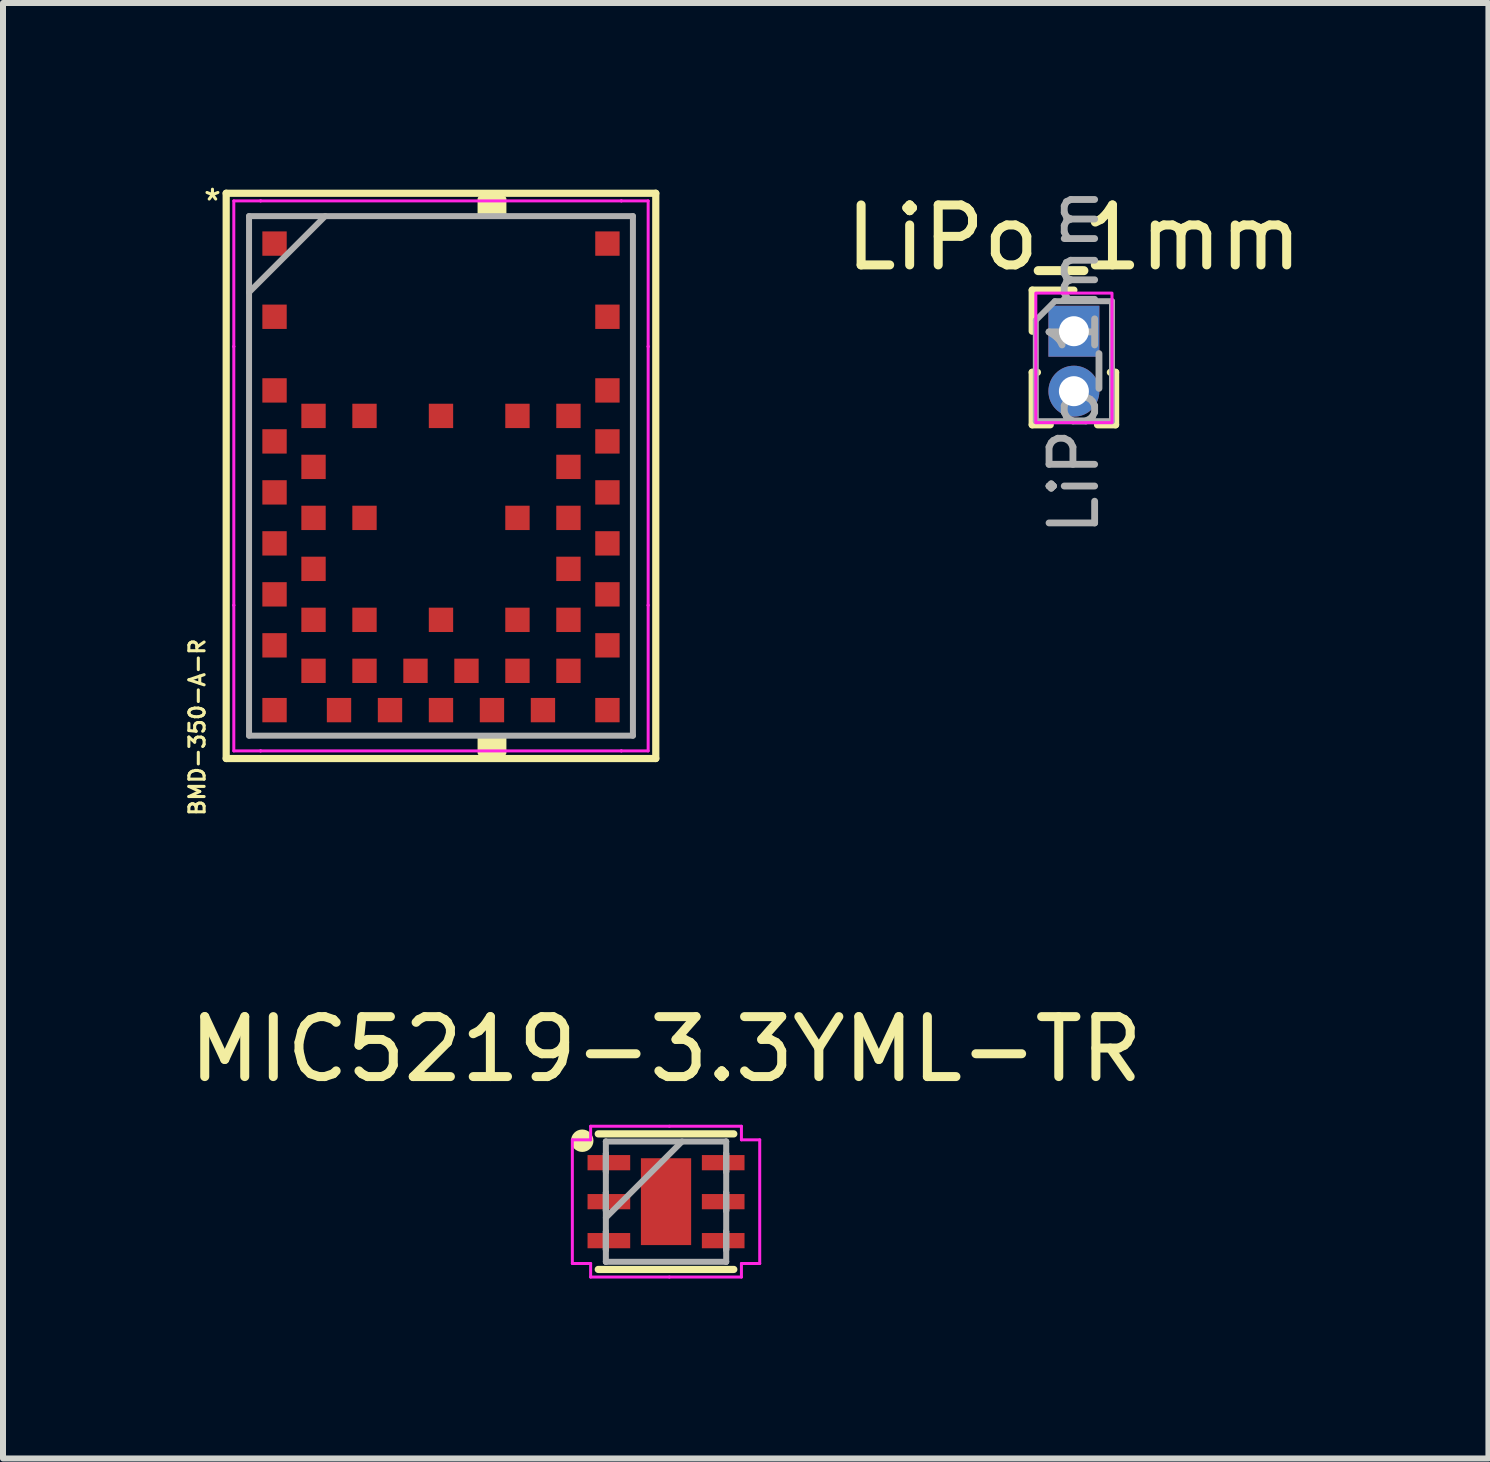
<source format=kicad_pcb>
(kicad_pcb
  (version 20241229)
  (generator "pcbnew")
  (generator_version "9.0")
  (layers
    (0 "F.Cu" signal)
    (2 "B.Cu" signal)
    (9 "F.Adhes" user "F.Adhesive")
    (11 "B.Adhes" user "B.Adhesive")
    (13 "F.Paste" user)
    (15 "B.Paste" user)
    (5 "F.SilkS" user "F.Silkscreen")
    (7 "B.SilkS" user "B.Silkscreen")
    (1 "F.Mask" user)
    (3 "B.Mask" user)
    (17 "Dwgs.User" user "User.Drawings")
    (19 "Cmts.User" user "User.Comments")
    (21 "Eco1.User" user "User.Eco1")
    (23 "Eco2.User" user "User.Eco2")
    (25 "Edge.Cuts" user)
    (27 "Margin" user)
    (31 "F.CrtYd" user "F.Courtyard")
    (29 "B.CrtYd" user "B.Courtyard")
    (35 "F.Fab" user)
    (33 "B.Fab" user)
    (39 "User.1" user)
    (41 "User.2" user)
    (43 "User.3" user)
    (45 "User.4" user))
  (footprint "LiPo_1mm"
    (layer "F.Cu")
    (at 14.854 2.472)
    (property "Reference" "LiPo_1mm" (at 0 -1.56 0) (layer "F.SilkS") (effects (font (size 1 1) (thickness 0.15))))
    (attr through_hole)
    (fp_line (start -0.695 -0.685) (end 0 -0.685) (stroke (width 0.12) (type solid)) (layer "F.SilkS"))
    (fp_line (start -0.695 0) (end -0.695 -0.685) (stroke (width 0.12) (type solid)) (layer "F.SilkS"))
    (fp_line (start -0.695 0.685) (end -0.695 1.56) (stroke (width 0.12) (type solid)) (layer "F.SilkS"))
    (fp_line (start -0.695 0.685) (end -0.608 0.685) (stroke (width 0.12) (type solid)) (layer "F.SilkS"))
    (fp_line (start -0.695 1.56) (end -0.394 1.56) (stroke (width 0.12) (type solid)) (layer "F.SilkS"))
    (fp_line (start 0.394 1.56) (end 0.695 1.56) (stroke (width 0.12) (type solid)) (layer "F.SilkS"))
    (fp_line (start 0.608 0.685) (end 0.695 0.685) (stroke (width 0.12) (type solid)) (layer "F.SilkS"))
    (fp_line (start 0.695 0.685) (end 0.695 1.56) (stroke (width 0.12) (type solid)) (layer "F.SilkS"))
    (fp_rect (start -0.635 -0.635) (end 0.635 1.524) (stroke (width 0.05) (type solid)) (fill no) (layer "F.CrtYd"))
    (fp_line (start -0.635 -0.182) (end -0.318 -0.5) (stroke (width 0.1) (type solid)) (layer "F.Fab"))
    (fp_line (start -0.635 1.5) (end -0.635 -0.182) (stroke (width 0.1) (type solid)) (layer "F.Fab"))
    (fp_line (start -0.318 -0.5) (end 0.635 -0.5) (stroke (width 0.1) (type solid)) (layer "F.Fab"))
    (fp_line (start 0.635 -0.5) (end 0.635 1.5) (stroke (width 0.1) (type solid)) (layer "F.Fab"))
    (fp_line (start 0.635 1.5) (end -0.635 1.5) (stroke (width 0.1) (type solid)) (layer "F.Fab"))
    (fp_text user "${REFERENCE}" (at 0 0.5 90) (layer "F.Fab") (effects (font (size 0.76 0.76) (thickness 0.114))))
    (pad "1" thru_hole rect (at 0 0) (size 0.85 0.85) (drill 0.5) (layers "*.Cu" "*.Mask"))
    (pad "2" thru_hole oval (at 0 1) (size 0.85 0.85) (drill 0.5) (layers "*.Cu" "*.Mask")))
  (footprint "BMD-350-A-R"
    (layer "F.Cu")
    (at 4.302 4.884)
    (property "Reference" "BMD-350-A-R" (at -4.064 4.191 270) (layer "F.SilkS") (effects (font (size 0.254 0.254) (thickness 0.051))))
    (attr smd)
    (fp_line (start -3.581 -4.712) (end -3.581 4.712) (stroke (width 0.12) (type solid)) (layer "F.SilkS"))
    (fp_line (start -3.581 4.712) (end 3.581 4.712) (stroke (width 0.12) (type solid)) (layer "F.SilkS"))
    (fp_line (start 3.581 -4.712) (end -3.581 -4.712) (stroke (width 0.12) (type solid)) (layer "F.SilkS"))
    (fp_line (start 3.581 4.712) (end 3.581 -4.712) (stroke (width 0.12) (type solid)) (layer "F.SilkS"))
    (fp_poly (pts (xy 0.66 -4.362) (xy 0.66 -4.616) (xy 1.041 -4.616) (xy 1.041 -4.362)) (stroke (width 0.1) (type solid)) (fill yes) (layer "F.SilkS"))
    (fp_poly (pts (xy 0.66 4.362) (xy 0.66 4.616) (xy 1.041 4.616) (xy 1.041 4.362)) (stroke (width 0.1) (type solid)) (fill yes) (layer "F.SilkS"))
    (fp_line (start -3.454 -4.585) (end -3.007 -4.585) (stroke (width 0.05) (type solid)) (layer "F.CrtYd"))
    (fp_line (start -3.454 -2.157) (end -3.454 -4.585) (stroke (width 0.05) (type solid)) (layer "F.CrtYd"))
    (fp_line (start -3.454 -2.157) (end -3.454 -2.157) (stroke (width 0.05) (type solid)) (layer "F.CrtYd"))
    (fp_line (start -3.454 2.157) (end -3.454 -2.157) (stroke (width 0.05) (type solid)) (layer "F.CrtYd"))
    (fp_line (start -3.454 2.157) (end -3.454 2.157) (stroke (width 0.05) (type solid)) (layer "F.CrtYd"))
    (fp_line (start -3.454 4.585) (end -3.454 2.157) (stroke (width 0.05) (type solid)) (layer "F.CrtYd"))
    (fp_line (start -3.007 -4.585) (end -3.007 -4.585) (stroke (width 0.05) (type solid)) (layer "F.CrtYd"))
    (fp_line (start -3.007 -4.585) (end 3.007 -4.585) (stroke (width 0.05) (type solid)) (layer "F.CrtYd"))
    (fp_line (start -3.007 4.585) (end -3.454 4.585) (stroke (width 0.05) (type solid)) (layer "F.CrtYd"))
    (fp_line (start -3.007 4.585) (end -3.007 4.585) (stroke (width 0.05) (type solid)) (layer "F.CrtYd"))
    (fp_line (start 3.007 -4.585) (end 3.007 -4.585) (stroke (width 0.05) (type solid)) (layer "F.CrtYd"))
    (fp_line (start 3.007 -4.585) (end 3.454 -4.585) (stroke (width 0.05) (type solid)) (layer "F.CrtYd"))
    (fp_line (start 3.007 4.585) (end -3.007 4.585) (stroke (width 0.05) (type solid)) (layer "F.CrtYd"))
    (fp_line (start 3.007 4.585) (end 3.007 4.585) (stroke (width 0.05) (type solid)) (layer "F.CrtYd"))
    (fp_line (start 3.454 -4.585) (end 3.454 -2.157) (stroke (width 0.05) (type solid)) (layer "F.CrtYd"))
    (fp_line (start 3.454 -2.157) (end 3.454 -2.157) (stroke (width 0.05) (type solid)) (layer "F.CrtYd"))
    (fp_line (start 3.454 -2.157) (end 3.454 2.157) (stroke (width 0.05) (type solid)) (layer "F.CrtYd"))
    (fp_line (start 3.454 2.157) (end 3.454 2.157) (stroke (width 0.05) (type solid)) (layer "F.CrtYd"))
    (fp_line (start 3.454 2.157) (end 3.454 4.585) (stroke (width 0.05) (type solid)) (layer "F.CrtYd"))
    (fp_line (start 3.454 4.585) (end 3.007 4.585) (stroke (width 0.05) (type solid)) (layer "F.CrtYd"))
    (fp_line (start -3.2 -4.331) (end -3.2 4.331) (stroke (width 0.1) (type solid)) (layer "F.Fab"))
    (fp_line (start -3.2 -3.061) (end -1.93 -4.331) (stroke (width 0.1) (type solid)) (layer "F.Fab"))
    (fp_line (start -3.2 4.331) (end 3.2 4.331) (stroke (width 0.1) (type solid)) (layer "F.Fab"))
    (fp_line (start 3.2 -4.331) (end -3.2 -4.331) (stroke (width 0.1) (type solid)) (layer "F.Fab"))
    (fp_line (start 3.2 4.331) (end 3.2 -4.331) (stroke (width 0.1) (type solid)) (layer "F.Fab"))
    (fp_text user "*" (at -3.81 -4.572 180) (layer "F.SilkS") (effects (font (size 0.381 0.381) (thickness 0.051))))
    (pad "1" smd rect (at -2.775 -3.873 90) (size 0.406 0.406) (layers "F.Cu" "F.Mask" "F.Paste"))
    (pad "2" smd rect (at -2.775 -2.653 90) (size 0.406 0.406) (layers "F.Cu" "F.Mask" "F.Paste"))
    (pad "3" smd rect (at -2.775 -1.425 90) (size 0.406 0.406) (layers "F.Cu" "F.Mask" "F.Paste"))
    (pad "4" smd rect (at -2.125 -1) (size 0.406 0.406) (layers "F.Cu" "F.Mask" "F.Paste"))
    (pad "5" smd rect (at -2.775 -0.575 90) (size 0.406 0.406) (layers "F.Cu" "F.Mask" "F.Paste"))
    (pad "6" smd rect (at -2.125 -0.15) (size 0.406 0.406) (layers "F.Cu" "F.Mask" "F.Paste"))
    (pad "7" smd rect (at -2.775 0.275 90) (size 0.406 0.406) (layers "F.Cu" "F.Mask" "F.Paste"))
    (pad "8" smd rect (at -2.125 0.7) (size 0.406 0.406) (layers "F.Cu" "F.Mask" "F.Paste"))
    (pad "9" smd rect (at -2.775 1.125 90) (size 0.406 0.406) (layers "F.Cu" "F.Mask" "F.Paste"))
    (pad "10" smd rect (at -2.125 1.55) (size 0.406 0.406) (layers "F.Cu" "F.Mask" "F.Paste"))
    (pad "11" smd rect (at -2.775 1.975 90) (size 0.406 0.406) (layers "F.Cu" "F.Mask" "F.Paste"))
    (pad "12" smd rect (at -2.125 2.4) (size 0.406 0.406) (layers "F.Cu" "F.Mask" "F.Paste"))
    (pad "13" smd rect (at -2.775 2.825 90) (size 0.406 0.406) (layers "F.Cu" "F.Mask" "F.Paste"))
    (pad "14" smd rect (at -2.125 3.25) (size 0.406 0.406) (layers "F.Cu" "F.Mask" "F.Paste"))
    (pad "15" smd rect (at -2.775 3.905) (size 0.406 0.406) (layers "F.Cu" "F.Mask" "F.Paste"))
    (pad "16" smd rect (at -1.7 3.905) (size 0.406 0.406) (layers "F.Cu" "F.Mask" "F.Paste"))
    (pad "17" smd rect (at -1.275 3.25) (size 0.406 0.406) (layers "F.Cu" "F.Mask" "F.Paste"))
    (pad "18" smd rect (at -0.85 3.905) (size 0.406 0.406) (layers "F.Cu" "F.Mask" "F.Paste"))
    (pad "19" smd rect (at -0.425 3.25) (size 0.406 0.406) (layers "F.Cu" "F.Mask" "F.Paste"))
    (pad "20" smd rect (at 0 3.905) (size 0.406 0.406) (layers "F.Cu" "F.Mask" "F.Paste"))
    (pad "21" smd rect (at 0.425 3.25) (size 0.406 0.406) (layers "F.Cu" "F.Mask" "F.Paste"))
    (pad "22" smd rect (at 0.85 3.905) (size 0.406 0.406) (layers "F.Cu" "F.Mask" "F.Paste"))
    (pad "23" smd rect (at 1.275 3.25) (size 0.406 0.406) (layers "F.Cu" "F.Mask" "F.Paste"))
    (pad "24" smd rect (at 1.7 3.905) (size 0.406 0.406) (layers "F.Cu" "F.Mask" "F.Paste"))
    (pad "25" smd rect (at 2.125 3.25) (size 0.406 0.406) (layers "F.Cu" "F.Mask" "F.Paste"))
    (pad "26" smd rect (at 2.775 3.905) (size 0.406 0.406) (layers "F.Cu" "F.Mask" "F.Paste"))
    (pad "27" smd rect (at 2.775 2.825 90) (size 0.406 0.406) (layers "F.Cu" "F.Mask" "F.Paste"))
    (pad "28" smd rect (at 2.125 2.4) (size 0.406 0.406) (layers "F.Cu" "F.Mask" "F.Paste"))
    (pad "29" smd rect (at 2.775 1.975 90) (size 0.406 0.406) (layers "F.Cu" "F.Mask" "F.Paste"))
    (pad "30" smd rect (at 2.125 1.55) (size 0.406 0.406) (layers "F.Cu" "F.Mask" "F.Paste"))
    (pad "31" smd rect (at 2.775 1.125 90) (size 0.406 0.406) (layers "F.Cu" "F.Mask" "F.Paste"))
    (pad "32" smd rect (at 2.125 0.7) (size 0.406 0.406) (layers "F.Cu" "F.Mask" "F.Paste"))
    (pad "33" smd rect (at 2.775 0.275 90) (size 0.406 0.406) (layers "F.Cu" "F.Mask" "F.Paste"))
    (pad "34" smd rect (at 2.125 -0.15) (size 0.406 0.406) (layers "F.Cu" "F.Mask" "F.Paste"))
    (pad "35" smd rect (at 2.775 -0.575 90) (size 0.406 0.406) (layers "F.Cu" "F.Mask" "F.Paste"))
    (pad "36" smd rect (at 2.125 -1) (size 0.406 0.406) (layers "F.Cu" "F.Mask" "F.Paste"))
    (pad "37" smd rect (at 2.775 -1.425 90) (size 0.406 0.406) (layers "F.Cu" "F.Mask" "F.Paste"))
    (pad "38" smd rect (at 2.775 -2.653 90) (size 0.406 0.406) (layers "F.Cu" "F.Mask" "F.Paste"))
    (pad "39" smd rect (at 2.775 -3.873 90) (size 0.406 0.406) (layers "F.Cu" "F.Mask" "F.Paste"))
    (pad "40" smd rect (at -1.275 -1) (size 0.406 0.406) (layers "F.Cu" "F.Mask" "F.Paste"))
    (pad "41" smd rect (at -1.275 0.7) (size 0.406 0.406) (layers "F.Cu" "F.Mask" "F.Paste"))
    (pad "42" smd rect (at -1.275 2.4) (size 0.406 0.406) (layers "F.Cu" "F.Mask" "F.Paste"))
    (pad "43" smd rect (at 0.000001 2.4) (size 0.406 0.406) (layers "F.Cu" "F.Mask" "F.Paste"))
    (pad "44" smd rect (at 1.275 2.4) (size 0.406 0.406) (layers "F.Cu" "F.Mask" "F.Paste"))
    (pad "45" smd rect (at 1.275 0.7) (size 0.406 0.406) (layers "F.Cu" "F.Mask" "F.Paste"))
    (pad "46" smd rect (at 1.275 -1) (size 0.406 0.406) (layers "F.Cu" "F.Mask" "F.Paste"))
    (pad "47" smd rect (at 0.000001 -1) (size 0.406 0.406) (layers "F.Cu" "F.Mask" "F.Paste"))
    (zone (net_name "") (layers "F.Cu" "B.Cu" "F.Adhes") (hatch full 0.508) (connect_pads) (min_thickness 0.254) (filled_areas_thickness no) (keepout (tracks not_allowed) (vias not_allowed) (pads not_allowed) (copperpour not_allowed) (footprints not_allowed)) (placement (enabled no)) (fill) (polygon (pts (xy 6.842 3.614) (xy 1.762 3.614) (xy 1.762 0.058) (xy 6.842 0.058)))))
  (footprint "MIC5219-3.3YML-TR"
    (layer "F.Cu")
    (at 8.054 16.984)
    (property "Reference" "MIC5219-3.3YML-TR" (at 0 -2.54 0) (layer "F.SilkS") (effects (font (size 1 1) (thickness 0.15))))
    (attr smd)
    (fp_line (start -1.13 1.13) (end 1.13 1.13) (stroke (width 0.12) (type solid)) (layer "F.SilkS"))
    (fp_line (start 1.13 -1.13) (end -1.13 -1.13) (stroke (width 0.12) (type solid)) (layer "F.SilkS"))
    (fp_circle (center -1.397 -1.016) (end -1.27 -1.016) (stroke (width 0.12) (type solid)) (fill yes) (layer "F.SilkS"))
    (fp_line (start -1.562 -1.031) (end -1.257 -1.031) (stroke (width 0.05) (type solid)) (layer "F.CrtYd"))
    (fp_line (start -1.562 1.031) (end -1.562 -1.031) (stroke (width 0.05) (type solid)) (layer "F.CrtYd"))
    (fp_line (start -1.257 -1.257) (end 0.056 -1.257) (stroke (width 0.05) (type solid)) (layer "F.CrtYd"))
    (fp_line (start -1.257 -1.031) (end -1.257 -1.257) (stroke (width 0.05) (type solid)) (layer "F.CrtYd"))
    (fp_line (start -1.257 1.031) (end -1.562 1.031) (stroke (width 0.05) (type solid)) (layer "F.CrtYd"))
    (fp_line (start -1.257 1.257) (end -1.257 1.031) (stroke (width 0.05) (type solid)) (layer "F.CrtYd"))
    (fp_line (start 0.056 -1.257) (end 1.257 -1.257) (stroke (width 0.05) (type solid)) (layer "F.CrtYd"))
    (fp_line (start 0.056 1.257) (end -1.257 1.257) (stroke (width 0.05) (type solid)) (layer "F.CrtYd"))
    (fp_line (start 1.257 -1.257) (end 1.257 -1.031) (stroke (width 0.05) (type solid)) (layer "F.CrtYd"))
    (fp_line (start 1.257 -1.031) (end 1.562 -1.031) (stroke (width 0.05) (type solid)) (layer "F.CrtYd"))
    (fp_line (start 1.257 1.031) (end 1.257 1.257) (stroke (width 0.05) (type solid)) (layer "F.CrtYd"))
    (fp_line (start 1.257 1.257) (end 0.056 1.257) (stroke (width 0.05) (type solid)) (layer "F.CrtYd"))
    (fp_line (start 1.562 -1.031) (end 1.562 1.031) (stroke (width 0.05) (type solid)) (layer "F.CrtYd"))
    (fp_line (start 1.562 1.031) (end 1.257 1.031) (stroke (width 0.05) (type solid)) (layer "F.CrtYd"))
    (fp_line (start -1.003 -1.003) (end -1.003 -1.003) (stroke (width 0.1) (type solid)) (layer "F.Fab"))
    (fp_line (start -1.003 -1.003) (end -1.003 1.003) (stroke (width 0.1) (type solid)) (layer "F.Fab"))
    (fp_line (start -1.003 -0.802) (end -1.003 -0.802) (stroke (width 0.1) (type solid)) (layer "F.Fab"))
    (fp_line (start -1.003 -0.802) (end -1.003 -0.498) (stroke (width 0.1) (type solid)) (layer "F.Fab"))
    (fp_line (start -1.003 -0.498) (end -1.003 -0.802) (stroke (width 0.1) (type solid)) (layer "F.Fab"))
    (fp_line (start -1.003 -0.498) (end -1.003 -0.498) (stroke (width 0.1) (type solid)) (layer "F.Fab"))
    (fp_line (start -1.003 -0.152) (end -1.003 -0.152) (stroke (width 0.1) (type solid)) (layer "F.Fab"))
    (fp_line (start -1.003 -0.152) (end -1.003 0.152) (stroke (width 0.1) (type solid)) (layer "F.Fab"))
    (fp_line (start -1.003 0.152) (end -1.003 -0.152) (stroke (width 0.1) (type solid)) (layer "F.Fab"))
    (fp_line (start -1.003 0.152) (end -1.003 0.152) (stroke (width 0.1) (type solid)) (layer "F.Fab"))
    (fp_line (start -1.003 0.267) (end 0.267 -1.003) (stroke (width 0.1) (type solid)) (layer "F.Fab"))
    (fp_line (start -1.003 0.498) (end -1.003 0.498) (stroke (width 0.1) (type solid)) (layer "F.Fab"))
    (fp_line (start -1.003 0.498) (end -1.003 0.802) (stroke (width 0.1) (type solid)) (layer "F.Fab"))
    (fp_line (start -1.003 0.802) (end -1.003 0.498) (stroke (width 0.1) (type solid)) (layer "F.Fab"))
    (fp_line (start -1.003 0.802) (end -1.003 0.802) (stroke (width 0.1) (type solid)) (layer "F.Fab"))
    (fp_line (start -1.003 1.003) (end -1.003 1.003) (stroke (width 0.1) (type solid)) (layer "F.Fab"))
    (fp_line (start -1.003 1.003) (end 1.003 1.003) (stroke (width 0.1) (type solid)) (layer "F.Fab"))
    (fp_line (start 1.003 -1.003) (end -1.003 -1.003) (stroke (width 0.1) (type solid)) (layer "F.Fab"))
    (fp_line (start 1.003 -1.003) (end 1.003 -1.003) (stroke (width 0.1) (type solid)) (layer "F.Fab"))
    (fp_line (start 1.003 -0.802) (end 1.003 -0.802) (stroke (width 0.1) (type solid)) (layer "F.Fab"))
    (fp_line (start 1.003 -0.802) (end 1.003 -0.498) (stroke (width 0.1) (type solid)) (layer "F.Fab"))
    (fp_line (start 1.003 -0.498) (end 1.003 -0.802) (stroke (width 0.1) (type solid)) (layer "F.Fab"))
    (fp_line (start 1.003 -0.498) (end 1.003 -0.498) (stroke (width 0.1) (type solid)) (layer "F.Fab"))
    (fp_line (start 1.003 -0.152) (end 1.003 -0.152) (stroke (width 0.1) (type solid)) (layer "F.Fab"))
    (fp_line (start 1.003 -0.152) (end 1.003 0.152) (stroke (width 0.1) (type solid)) (layer "F.Fab"))
    (fp_line (start 1.003 0.152) (end 1.003 -0.152) (stroke (width 0.1) (type solid)) (layer "F.Fab"))
    (fp_line (start 1.003 0.152) (end 1.003 0.152) (stroke (width 0.1) (type solid)) (layer "F.Fab"))
    (fp_line (start 1.003 0.498) (end 1.003 0.498) (stroke (width 0.1) (type solid)) (layer "F.Fab"))
    (fp_line (start 1.003 0.498) (end 1.003 0.802) (stroke (width 0.1) (type solid)) (layer "F.Fab"))
    (fp_line (start 1.003 0.802) (end 1.003 0.498) (stroke (width 0.1) (type solid)) (layer "F.Fab"))
    (fp_line (start 1.003 0.802) (end 1.003 0.802) (stroke (width 0.1) (type solid)) (layer "F.Fab"))
    (fp_line (start 1.003 1.003) (end 1.003 -1.003) (stroke (width 0.1) (type solid)) (layer "F.Fab"))
    (fp_line (start 1.003 1.003) (end 1.003 1.003) (stroke (width 0.1) (type solid)) (layer "F.Fab"))
    (pad "1" smd rect (at -0.953 -0.65 90) (size 0.254 0.711) (layers "F.Cu" "F.Mask" "F.Paste"))
    (pad "2" smd rect (at -0.953 0 90) (size 0.254 0.711) (layers "F.Cu" "F.Mask" "F.Paste"))
    (pad "3" smd rect (at -0.953 0.65 90) (size 0.254 0.711) (layers "F.Cu" "F.Mask" "F.Paste"))
    (pad "4" smd rect (at 0.953 0.65 90) (size 0.254 0.711) (layers "F.Cu" "F.Mask" "F.Paste"))
    (pad "5" smd rect (at 0.953 0 90) (size 0.254 0.711) (layers "F.Cu" "F.Mask" "F.Paste"))
    (pad "6" smd rect (at 0.953 -0.65 90) (size 0.254 0.711) (layers "F.Cu" "F.Mask" "F.Paste"))
    (pad "7" smd rect (at 0 0) (size 0.838 1.448) (layers "F.Cu" "F.Mask" "F.Paste")))
  (gr_rect
    (start -3 -3)
    (end 21.765 21.266)
    (stroke (width 0.1) (type default))
    (fill no)
    (layer "Edge.Cuts")))
</source>
